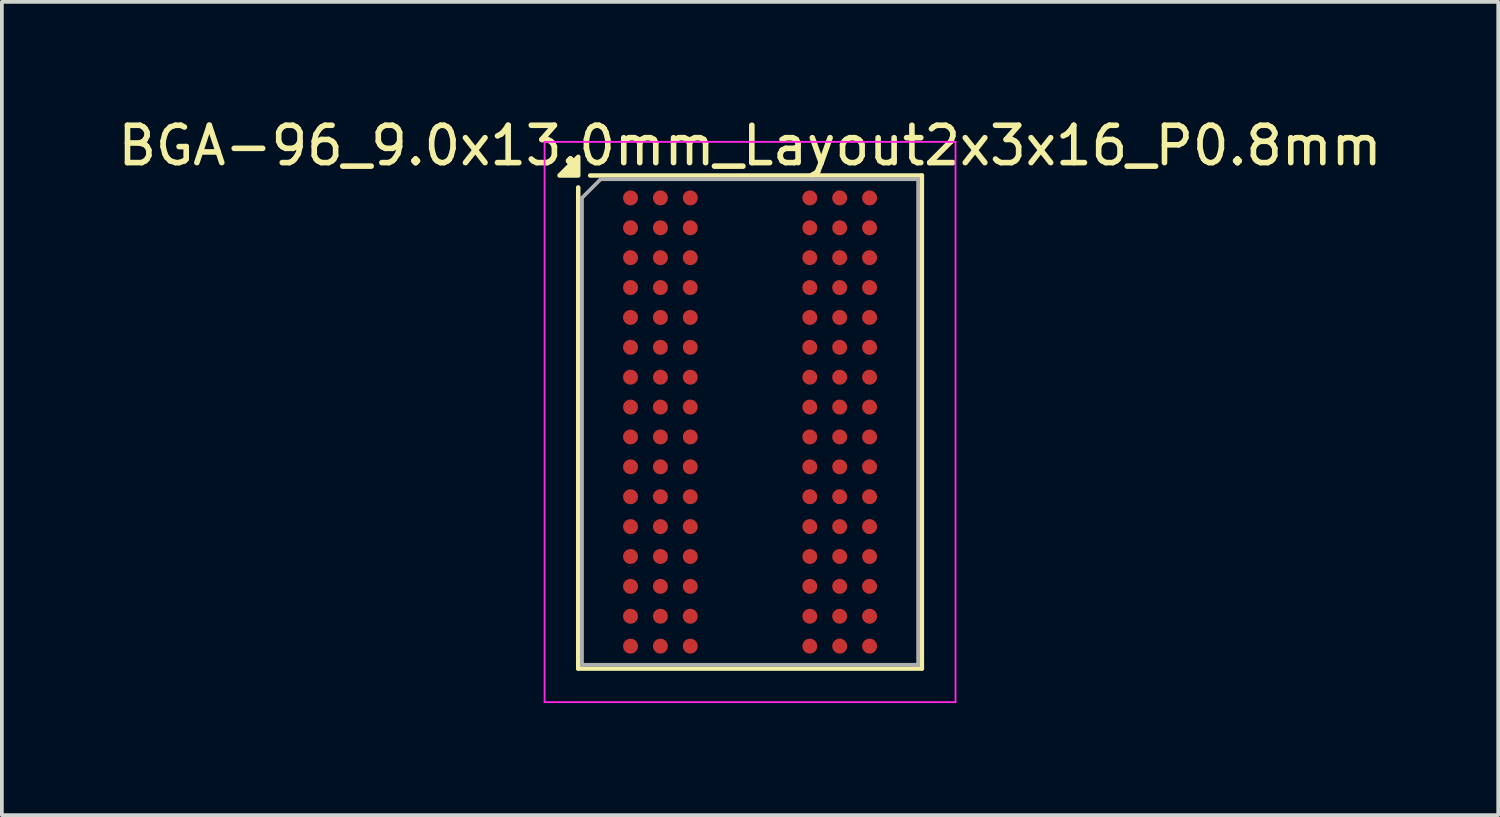
<source format=kicad_pcb>
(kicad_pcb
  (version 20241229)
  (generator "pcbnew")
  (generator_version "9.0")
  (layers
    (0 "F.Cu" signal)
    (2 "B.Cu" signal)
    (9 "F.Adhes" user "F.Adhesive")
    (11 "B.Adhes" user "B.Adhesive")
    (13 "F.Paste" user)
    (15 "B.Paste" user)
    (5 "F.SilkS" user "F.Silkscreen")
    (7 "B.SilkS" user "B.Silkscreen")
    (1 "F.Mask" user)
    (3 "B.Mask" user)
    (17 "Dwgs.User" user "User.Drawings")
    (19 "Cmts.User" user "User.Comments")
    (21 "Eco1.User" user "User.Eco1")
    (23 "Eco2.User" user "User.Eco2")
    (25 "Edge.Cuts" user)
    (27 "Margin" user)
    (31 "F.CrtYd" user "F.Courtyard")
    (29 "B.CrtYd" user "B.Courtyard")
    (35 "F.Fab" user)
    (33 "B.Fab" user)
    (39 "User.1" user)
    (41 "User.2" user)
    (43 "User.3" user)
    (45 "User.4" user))
  (footprint "BGA-96_9.0x13.0mm_Layout2x3x16_P0.8mm"
    (layer "F.Cu")
    (at 17.03 8.248)
    (property "Reference" "BGA-96_9.0x13.0mm_Layout2x3x16_P0.8mm" (at 0 -7.4 0) (layer "F.SilkS") (effects (font (size 1 1) (thickness 0.15))))
    (attr smd)
    (fp_line (start -4.6 -6.28) (end -4.6 6.6) (stroke (width 0.12) (type solid)) (layer "F.SilkS"))
    (fp_line (start -4.6 6.6) (end 4.6 6.6) (stroke (width 0.12) (type solid)) (layer "F.SilkS"))
    (fp_line (start 4.6 -6.6) (end -4.28 -6.6) (stroke (width 0.12) (type solid)) (layer "F.SilkS"))
    (fp_line (start 4.6 6.6) (end 4.6 -6.6) (stroke (width 0.12) (type solid)) (layer "F.SilkS"))
    (fp_poly (pts (xy -4.6 -6.6) (xy -5.1 -6.6) (xy -4.6 -7.1) (xy -4.6 -6.6)) (stroke (width 0.12) (type solid)) (fill yes) (layer "F.SilkS"))
    (fp_line (start -5.5 -7.5) (end -5.5 7.5) (stroke (width 0.05) (type solid)) (layer "F.CrtYd"))
    (fp_line (start -5.5 -7.5) (end 5.5 -7.5) (stroke (width 0.05) (type solid)) (layer "F.CrtYd"))
    (fp_line (start 5.5 7.5) (end -5.5 7.5) (stroke (width 0.05) (type solid)) (layer "F.CrtYd"))
    (fp_line (start 5.5 7.5) (end 5.5 -7.5) (stroke (width 0.05) (type solid)) (layer "F.CrtYd"))
    (fp_line (start -4.5 -6) (end -4.5 6.5) (stroke (width 0.1) (type solid)) (layer "F.Fab"))
    (fp_line (start -4.5 6.5) (end 4.5 6.5) (stroke (width 0.1) (type solid)) (layer "F.Fab"))
    (fp_line (start -4 -6.5) (end -4.5 -6) (stroke (width 0.1) (type solid)) (layer "F.Fab"))
    (fp_line (start 4.5 -6.5) (end -4 -6.5) (stroke (width 0.1) (type solid)) (layer "F.Fab"))
    (fp_line (start 4.5 6.5) (end 4.5 -6.5) (stroke (width 0.1) (type solid)) (layer "F.Fab"))
    (pad "A1" smd circle (at -3.2 -6) (size 0.4 0.4) (property pad_prop_bga) (layers "F.Cu" "F.Mask" "F.Paste"))
    (pad "A2" smd circle (at -2.4 -6) (size 0.4 0.4) (property pad_prop_bga) (layers "F.Cu" "F.Mask" "F.Paste"))
    (pad "A3" smd circle (at -1.6 -6) (size 0.4 0.4) (property pad_prop_bga) (layers "F.Cu" "F.Mask" "F.Paste"))
    (pad "A7" smd circle (at 1.6 -6) (size 0.4 0.4) (property pad_prop_bga) (layers "F.Cu" "F.Mask" "F.Paste"))
    (pad "A8" smd circle (at 2.4 -6) (size 0.4 0.4) (property pad_prop_bga) (layers "F.Cu" "F.Mask" "F.Paste"))
    (pad "A9" smd circle (at 3.2 -6) (size 0.4 0.4) (property pad_prop_bga) (layers "F.Cu" "F.Mask" "F.Paste"))
    (pad "B1" smd circle (at -3.2 -5.2) (size 0.4 0.4) (property pad_prop_bga) (layers "F.Cu" "F.Mask" "F.Paste"))
    (pad "B2" smd circle (at -2.4 -5.2) (size 0.4 0.4) (property pad_prop_bga) (layers "F.Cu" "F.Mask" "F.Paste"))
    (pad "B3" smd circle (at -1.6 -5.2) (size 0.4 0.4) (property pad_prop_bga) (layers "F.Cu" "F.Mask" "F.Paste"))
    (pad "B7" smd circle (at 1.6 -5.2) (size 0.4 0.4) (property pad_prop_bga) (layers "F.Cu" "F.Mask" "F.Paste"))
    (pad "B8" smd circle (at 2.4 -5.2) (size 0.4 0.4) (property pad_prop_bga) (layers "F.Cu" "F.Mask" "F.Paste"))
    (pad "B9" smd circle (at 3.2 -5.2) (size 0.4 0.4) (property pad_prop_bga) (layers "F.Cu" "F.Mask" "F.Paste"))
    (pad "C1" smd circle (at -3.2 -4.4) (size 0.4 0.4) (property pad_prop_bga) (layers "F.Cu" "F.Mask" "F.Paste"))
    (pad "C2" smd circle (at -2.4 -4.4) (size 0.4 0.4) (property pad_prop_bga) (layers "F.Cu" "F.Mask" "F.Paste"))
    (pad "C3" smd circle (at -1.6 -4.4) (size 0.4 0.4) (property pad_prop_bga) (layers "F.Cu" "F.Mask" "F.Paste"))
    (pad "C7" smd circle (at 1.6 -4.4) (size 0.4 0.4) (property pad_prop_bga) (layers "F.Cu" "F.Mask" "F.Paste"))
    (pad "C8" smd circle (at 2.4 -4.4) (size 0.4 0.4) (property pad_prop_bga) (layers "F.Cu" "F.Mask" "F.Paste"))
    (pad "C9" smd circle (at 3.2 -4.4) (size 0.4 0.4) (property pad_prop_bga) (layers "F.Cu" "F.Mask" "F.Paste"))
    (pad "D1" smd circle (at -3.2 -3.6) (size 0.4 0.4) (property pad_prop_bga) (layers "F.Cu" "F.Mask" "F.Paste"))
    (pad "D2" smd circle (at -2.4 -3.6) (size 0.4 0.4) (property pad_prop_bga) (layers "F.Cu" "F.Mask" "F.Paste"))
    (pad "D3" smd circle (at -1.6 -3.6) (size 0.4 0.4) (property pad_prop_bga) (layers "F.Cu" "F.Mask" "F.Paste"))
    (pad "D7" smd circle (at 1.6 -3.6) (size 0.4 0.4) (property pad_prop_bga) (layers "F.Cu" "F.Mask" "F.Paste"))
    (pad "D8" smd circle (at 2.4 -3.6) (size 0.4 0.4) (property pad_prop_bga) (layers "F.Cu" "F.Mask" "F.Paste"))
    (pad "D9" smd circle (at 3.2 -3.6) (size 0.4 0.4) (property pad_prop_bga) (layers "F.Cu" "F.Mask" "F.Paste"))
    (pad "E1" smd circle (at -3.2 -2.8) (size 0.4 0.4) (property pad_prop_bga) (layers "F.Cu" "F.Mask" "F.Paste"))
    (pad "E2" smd circle (at -2.4 -2.8) (size 0.4 0.4) (property pad_prop_bga) (layers "F.Cu" "F.Mask" "F.Paste"))
    (pad "E3" smd circle (at -1.6 -2.8) (size 0.4 0.4) (property pad_prop_bga) (layers "F.Cu" "F.Mask" "F.Paste"))
    (pad "E7" smd circle (at 1.6 -2.8) (size 0.4 0.4) (property pad_prop_bga) (layers "F.Cu" "F.Mask" "F.Paste"))
    (pad "E8" smd circle (at 2.4 -2.8) (size 0.4 0.4) (property pad_prop_bga) (layers "F.Cu" "F.Mask" "F.Paste"))
    (pad "E9" smd circle (at 3.2 -2.8) (size 0.4 0.4) (property pad_prop_bga) (layers "F.Cu" "F.Mask" "F.Paste"))
    (pad "F1" smd circle (at -3.2 -2) (size 0.4 0.4) (property pad_prop_bga) (layers "F.Cu" "F.Mask" "F.Paste"))
    (pad "F2" smd circle (at -2.4 -2) (size 0.4 0.4) (property pad_prop_bga) (layers "F.Cu" "F.Mask" "F.Paste"))
    (pad "F3" smd circle (at -1.6 -2) (size 0.4 0.4) (property pad_prop_bga) (layers "F.Cu" "F.Mask" "F.Paste"))
    (pad "F7" smd circle (at 1.6 -2) (size 0.4 0.4) (property pad_prop_bga) (layers "F.Cu" "F.Mask" "F.Paste"))
    (pad "F8" smd circle (at 2.4 -2) (size 0.4 0.4) (property pad_prop_bga) (layers "F.Cu" "F.Mask" "F.Paste"))
    (pad "F9" smd circle (at 3.2 -2) (size 0.4 0.4) (property pad_prop_bga) (layers "F.Cu" "F.Mask" "F.Paste"))
    (pad "G1" smd circle (at -3.2 -1.2) (size 0.4 0.4) (property pad_prop_bga) (layers "F.Cu" "F.Mask" "F.Paste"))
    (pad "G2" smd circle (at -2.4 -1.2) (size 0.4 0.4) (property pad_prop_bga) (layers "F.Cu" "F.Mask" "F.Paste"))
    (pad "G3" smd circle (at -1.6 -1.2) (size 0.4 0.4) (property pad_prop_bga) (layers "F.Cu" "F.Mask" "F.Paste"))
    (pad "G7" smd circle (at 1.6 -1.2) (size 0.4 0.4) (property pad_prop_bga) (layers "F.Cu" "F.Mask" "F.Paste"))
    (pad "G8" smd circle (at 2.4 -1.2) (size 0.4 0.4) (property pad_prop_bga) (layers "F.Cu" "F.Mask" "F.Paste"))
    (pad "G9" smd circle (at 3.2 -1.2) (size 0.4 0.4) (property pad_prop_bga) (layers "F.Cu" "F.Mask" "F.Paste"))
    (pad "H1" smd circle (at -3.2 -0.4) (size 0.4 0.4) (property pad_prop_bga) (layers "F.Cu" "F.Mask" "F.Paste"))
    (pad "H2" smd circle (at -2.4 -0.4) (size 0.4 0.4) (property pad_prop_bga) (layers "F.Cu" "F.Mask" "F.Paste"))
    (pad "H3" smd circle (at -1.6 -0.4) (size 0.4 0.4) (property pad_prop_bga) (layers "F.Cu" "F.Mask" "F.Paste"))
    (pad "H7" smd circle (at 1.6 -0.4) (size 0.4 0.4) (property pad_prop_bga) (layers "F.Cu" "F.Mask" "F.Paste"))
    (pad "H8" smd circle (at 2.4 -0.4) (size 0.4 0.4) (property pad_prop_bga) (layers "F.Cu" "F.Mask" "F.Paste"))
    (pad "H9" smd circle (at 3.2 -0.4) (size 0.4 0.4) (property pad_prop_bga) (layers "F.Cu" "F.Mask" "F.Paste"))
    (pad "J1" smd circle (at -3.2 0.4) (size 0.4 0.4) (property pad_prop_bga) (layers "F.Cu" "F.Mask" "F.Paste"))
    (pad "J2" smd circle (at -2.4 0.4) (size 0.4 0.4) (property pad_prop_bga) (layers "F.Cu" "F.Mask" "F.Paste"))
    (pad "J3" smd circle (at -1.6 0.4) (size 0.4 0.4) (property pad_prop_bga) (layers "F.Cu" "F.Mask" "F.Paste"))
    (pad "J7" smd circle (at 1.6 0.4) (size 0.4 0.4) (property pad_prop_bga) (layers "F.Cu" "F.Mask" "F.Paste"))
    (pad "J8" smd circle (at 2.4 0.4) (size 0.4 0.4) (property pad_prop_bga) (layers "F.Cu" "F.Mask" "F.Paste"))
    (pad "J9" smd circle (at 3.2 0.4) (size 0.4 0.4) (property pad_prop_bga) (layers "F.Cu" "F.Mask" "F.Paste"))
    (pad "K1" smd circle (at -3.2 1.2) (size 0.4 0.4) (property pad_prop_bga) (layers "F.Cu" "F.Mask" "F.Paste"))
    (pad "K2" smd circle (at -2.4 1.2) (size 0.4 0.4) (property pad_prop_bga) (layers "F.Cu" "F.Mask" "F.Paste"))
    (pad "K3" smd circle (at -1.6 1.2) (size 0.4 0.4) (property pad_prop_bga) (layers "F.Cu" "F.Mask" "F.Paste"))
    (pad "K7" smd circle (at 1.6 1.2) (size 0.4 0.4) (property pad_prop_bga) (layers "F.Cu" "F.Mask" "F.Paste"))
    (pad "K8" smd circle (at 2.4 1.2) (size 0.4 0.4) (property pad_prop_bga) (layers "F.Cu" "F.Mask" "F.Paste"))
    (pad "K9" smd circle (at 3.2 1.2) (size 0.4 0.4) (property pad_prop_bga) (layers "F.Cu" "F.Mask" "F.Paste"))
    (pad "L1" smd circle (at -3.2 2) (size 0.4 0.4) (property pad_prop_bga) (layers "F.Cu" "F.Mask" "F.Paste"))
    (pad "L2" smd circle (at -2.4 2) (size 0.4 0.4) (property pad_prop_bga) (layers "F.Cu" "F.Mask" "F.Paste"))
    (pad "L3" smd circle (at -1.6 2) (size 0.4 0.4) (property pad_prop_bga) (layers "F.Cu" "F.Mask" "F.Paste"))
    (pad "L7" smd circle (at 1.6 2) (size 0.4 0.4) (property pad_prop_bga) (layers "F.Cu" "F.Mask" "F.Paste"))
    (pad "L8" smd circle (at 2.4 2) (size 0.4 0.4) (property pad_prop_bga) (layers "F.Cu" "F.Mask" "F.Paste"))
    (pad "L9" smd circle (at 3.2 2) (size 0.4 0.4) (property pad_prop_bga) (layers "F.Cu" "F.Mask" "F.Paste"))
    (pad "M1" smd circle (at -3.2 2.8) (size 0.4 0.4) (property pad_prop_bga) (layers "F.Cu" "F.Mask" "F.Paste"))
    (pad "M2" smd circle (at -2.4 2.8) (size 0.4 0.4) (property pad_prop_bga) (layers "F.Cu" "F.Mask" "F.Paste"))
    (pad "M3" smd circle (at -1.6 2.8) (size 0.4 0.4) (property pad_prop_bga) (layers "F.Cu" "F.Mask" "F.Paste"))
    (pad "M7" smd circle (at 1.6 2.8) (size 0.4 0.4) (property pad_prop_bga) (layers "F.Cu" "F.Mask" "F.Paste"))
    (pad "M8" smd circle (at 2.4 2.8) (size 0.4 0.4) (property pad_prop_bga) (layers "F.Cu" "F.Mask" "F.Paste"))
    (pad "M9" smd circle (at 3.2 2.8) (size 0.4 0.4) (property pad_prop_bga) (layers "F.Cu" "F.Mask" "F.Paste"))
    (pad "N1" smd circle (at -3.2 3.6) (size 0.4 0.4) (property pad_prop_bga) (layers "F.Cu" "F.Mask" "F.Paste"))
    (pad "N2" smd circle (at -2.4 3.6) (size 0.4 0.4) (property pad_prop_bga) (layers "F.Cu" "F.Mask" "F.Paste"))
    (pad "N3" smd circle (at -1.6 3.6) (size 0.4 0.4) (property pad_prop_bga) (layers "F.Cu" "F.Mask" "F.Paste"))
    (pad "N7" smd circle (at 1.6 3.6) (size 0.4 0.4) (property pad_prop_bga) (layers "F.Cu" "F.Mask" "F.Paste"))
    (pad "N8" smd circle (at 2.4 3.6) (size 0.4 0.4) (property pad_prop_bga) (layers "F.Cu" "F.Mask" "F.Paste"))
    (pad "N9" smd circle (at 3.2 3.6) (size 0.4 0.4) (property pad_prop_bga) (layers "F.Cu" "F.Mask" "F.Paste"))
    (pad "P1" smd circle (at -3.2 4.4) (size 0.4 0.4) (property pad_prop_bga) (layers "F.Cu" "F.Mask" "F.Paste"))
    (pad "P2" smd circle (at -2.4 4.4) (size 0.4 0.4) (property pad_prop_bga) (layers "F.Cu" "F.Mask" "F.Paste"))
    (pad "P3" smd circle (at -1.6 4.4) (size 0.4 0.4) (property pad_prop_bga) (layers "F.Cu" "F.Mask" "F.Paste"))
    (pad "P7" smd circle (at 1.6 4.4) (size 0.4 0.4) (property pad_prop_bga) (layers "F.Cu" "F.Mask" "F.Paste"))
    (pad "P8" smd circle (at 2.4 4.4) (size 0.4 0.4) (property pad_prop_bga) (layers "F.Cu" "F.Mask" "F.Paste"))
    (pad "P9" smd circle (at 3.2 4.4) (size 0.4 0.4) (property pad_prop_bga) (layers "F.Cu" "F.Mask" "F.Paste"))
    (pad "R1" smd circle (at -3.2 5.2) (size 0.4 0.4) (property pad_prop_bga) (layers "F.Cu" "F.Mask" "F.Paste"))
    (pad "R2" smd circle (at -2.4 5.2) (size 0.4 0.4) (property pad_prop_bga) (layers "F.Cu" "F.Mask" "F.Paste"))
    (pad "R3" smd circle (at -1.6 5.2) (size 0.4 0.4) (property pad_prop_bga) (layers "F.Cu" "F.Mask" "F.Paste"))
    (pad "R7" smd circle (at 1.6 5.2) (size 0.4 0.4) (property pad_prop_bga) (layers "F.Cu" "F.Mask" "F.Paste"))
    (pad "R8" smd circle (at 2.4 5.2) (size 0.4 0.4) (property pad_prop_bga) (layers "F.Cu" "F.Mask" "F.Paste"))
    (pad "R9" smd circle (at 3.2 5.2) (size 0.4 0.4) (property pad_prop_bga) (layers "F.Cu" "F.Mask" "F.Paste"))
    (pad "T1" smd circle (at -3.2 6) (size 0.4 0.4) (property pad_prop_bga) (layers "F.Cu" "F.Mask" "F.Paste"))
    (pad "T2" smd circle (at -2.4 6) (size 0.4 0.4) (property pad_prop_bga) (layers "F.Cu" "F.Mask" "F.Paste"))
    (pad "T3" smd circle (at -1.6 6) (size 0.4 0.4) (property pad_prop_bga) (layers "F.Cu" "F.Mask" "F.Paste"))
    (pad "T7" smd circle (at 1.6 6) (size 0.4 0.4) (property pad_prop_bga) (layers "F.Cu" "F.Mask" "F.Paste"))
    (pad "T8" smd circle (at 2.4 6) (size 0.4 0.4) (property pad_prop_bga) (layers "F.Cu" "F.Mask" "F.Paste"))
    (pad "T9" smd circle (at 3.2 6) (size 0.4 0.4) (property pad_prop_bga) (layers "F.Cu" "F.Mask" "F.Paste")))
  (gr_rect
    (start -3 -3)
    (end 37.06 18.773)
    (stroke (width 0.1) (type default))
    (fill no)
    (layer "Edge.Cuts")))
</source>
